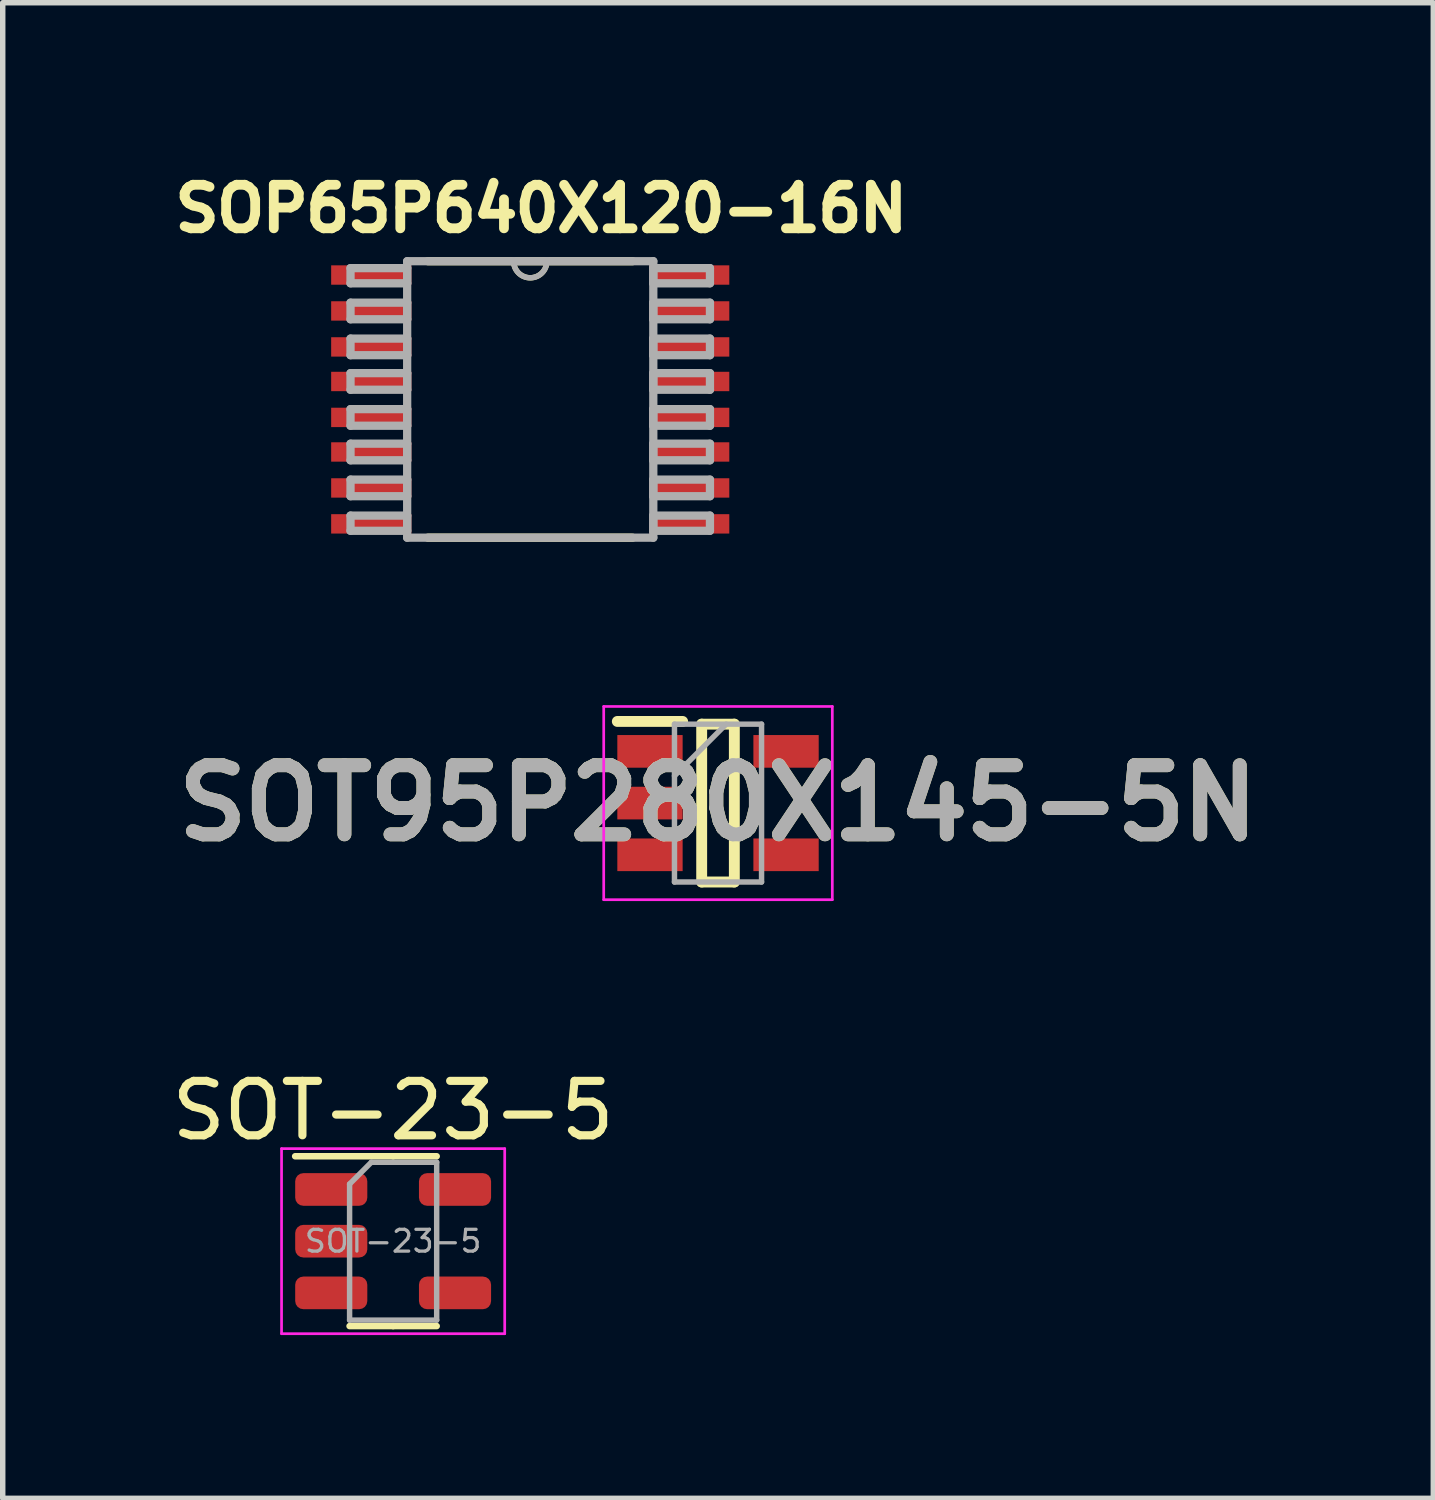
<source format=kicad_pcb>
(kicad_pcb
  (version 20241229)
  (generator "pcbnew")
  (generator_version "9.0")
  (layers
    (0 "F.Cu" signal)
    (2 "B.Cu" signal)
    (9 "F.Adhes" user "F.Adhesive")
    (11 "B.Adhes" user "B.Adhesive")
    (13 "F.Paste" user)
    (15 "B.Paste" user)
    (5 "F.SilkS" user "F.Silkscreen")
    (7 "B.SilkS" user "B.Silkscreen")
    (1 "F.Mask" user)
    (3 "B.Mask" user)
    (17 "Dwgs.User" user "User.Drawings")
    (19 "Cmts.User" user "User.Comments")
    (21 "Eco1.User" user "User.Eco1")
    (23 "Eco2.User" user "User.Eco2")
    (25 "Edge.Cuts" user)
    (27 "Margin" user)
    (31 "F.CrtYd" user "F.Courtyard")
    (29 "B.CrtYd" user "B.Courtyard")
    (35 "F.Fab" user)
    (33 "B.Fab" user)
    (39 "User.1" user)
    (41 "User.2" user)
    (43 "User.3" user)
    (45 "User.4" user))
  (footprint "SOT-23-5"
    (layer "F.Cu")
    (at 4.173 19.754)
    (property "Reference" "SOT-23-5" (at 0 -2.4 0) (layer "F.SilkS") (effects (font (size 1 1) (thickness 0.15))))
    (attr smd)
    (fp_line (start 0 -1.56) (end -1.8 -1.56) (stroke (width 0.12) (type solid)) (layer "F.SilkS"))
    (fp_line (start 0 -1.56) (end 0.8 -1.56) (stroke (width 0.12) (type solid)) (layer "F.SilkS"))
    (fp_line (start 0 1.56) (end -0.8 1.56) (stroke (width 0.12) (type solid)) (layer "F.SilkS"))
    (fp_line (start 0 1.56) (end 0.8 1.56) (stroke (width 0.12) (type solid)) (layer "F.SilkS"))
    (fp_line (start -2.05 -1.7) (end -2.05 1.7) (stroke (width 0.05) (type solid)) (layer "F.CrtYd"))
    (fp_line (start -2.05 1.7) (end 2.05 1.7) (stroke (width 0.05) (type solid)) (layer "F.CrtYd"))
    (fp_line (start 2.05 -1.7) (end -2.05 -1.7) (stroke (width 0.05) (type solid)) (layer "F.CrtYd"))
    (fp_line (start 2.05 1.7) (end 2.05 -1.7) (stroke (width 0.05) (type solid)) (layer "F.CrtYd"))
    (fp_line (start -0.8 -1.05) (end -0.4 -1.45) (stroke (width 0.1) (type solid)) (layer "F.Fab"))
    (fp_line (start -0.8 1.45) (end -0.8 -1.05) (stroke (width 0.1) (type solid)) (layer "F.Fab"))
    (fp_line (start -0.4 -1.45) (end 0.8 -1.45) (stroke (width 0.1) (type solid)) (layer "F.Fab"))
    (fp_line (start 0.8 -1.45) (end 0.8 1.45) (stroke (width 0.1) (type solid)) (layer "F.Fab"))
    (fp_line (start 0.8 1.45) (end -0.8 1.45) (stroke (width 0.1) (type solid)) (layer "F.Fab"))
    (fp_text user "${REFERENCE}" (at 0 0 0) (layer "F.Fab") (effects (font (size 0.4 0.4) (thickness 0.06))))
    (pad "1" smd roundrect (at -1.137 -0.95) (size 1.325 0.6) (layers "F.Cu" "F.Mask" "F.Paste") (roundrect_rratio 0.25))
    (pad "2" smd roundrect (at -1.137 0) (size 1.325 0.6) (layers "F.Cu" "F.Mask" "F.Paste") (roundrect_rratio 0.25))
    (pad "3" smd roundrect (at -1.137 0.95) (size 1.325 0.6) (layers "F.Cu" "F.Mask" "F.Paste") (roundrect_rratio 0.25))
    (pad "4" smd roundrect (at 1.137 0.95) (size 1.325 0.6) (layers "F.Cu" "F.Mask" "F.Paste") (roundrect_rratio 0.25))
    (pad "5" smd roundrect (at 1.137 -0.95) (size 1.325 0.6) (layers "F.Cu" "F.Mask" "F.Paste") (roundrect_rratio 0.25)))
  (footprint "SOP65P640X120-16N"
    (layer "F.Cu")
    (at 6.692 4.289)
    (property "Reference" "SOP65P640X120-16N" (at 0.203 -3.505 0) (layer "F.SilkS") (effects (font (size 0.8 0.8) (thickness 0.18))))
    (attr through_hole)
    (fp_line (start -1.88 2.54) (end 1.88 2.54) (stroke (width 0.152) (type solid)) (layer "F.SilkS"))
    (fp_line (start -0.305 -2.54) (end -1.88 -2.54) (stroke (width 0.152) (type solid)) (layer "F.SilkS"))
    (fp_line (start 0.305 -2.54) (end -0.305 -2.54) (stroke (width 0.152) (type solid)) (layer "F.SilkS"))
    (fp_line (start 1.88 -2.54) (end 0.305 -2.54) (stroke (width 0.152) (type solid)) (layer "F.SilkS"))
    (fp_arc (start 0.3048 -2.54) (mid 0 -2.2352) (end -0.3048 -2.54) (stroke (width 0.1) (type solid)) (layer "F.SilkS"))
    (fp_line (start -3.302 -2.413) (end -3.302 -2.134) (stroke (width 0.152) (type solid)) (layer "F.Fab"))
    (fp_line (start -3.302 -2.134) (end -2.261 -2.134) (stroke (width 0.152) (type solid)) (layer "F.Fab"))
    (fp_line (start -3.302 -1.778) (end -3.302 -1.473) (stroke (width 0.152) (type solid)) (layer "F.Fab"))
    (fp_line (start -3.302 -1.473) (end -2.261 -1.473) (stroke (width 0.152) (type solid)) (layer "F.Fab"))
    (fp_line (start -3.302 -1.118) (end -3.302 -0.813) (stroke (width 0.152) (type solid)) (layer "F.Fab"))
    (fp_line (start -3.302 -0.813) (end -2.261 -0.813) (stroke (width 0.152) (type solid)) (layer "F.Fab"))
    (fp_line (start -3.302 -0.483) (end -3.302 -0.178) (stroke (width 0.152) (type solid)) (layer "F.Fab"))
    (fp_line (start -3.302 -0.178) (end -2.261 -0.178) (stroke (width 0.152) (type solid)) (layer "F.Fab"))
    (fp_line (start -3.302 0.178) (end -3.302 0.483) (stroke (width 0.152) (type solid)) (layer "F.Fab"))
    (fp_line (start -3.302 0.483) (end -2.261 0.483) (stroke (width 0.152) (type solid)) (layer "F.Fab"))
    (fp_line (start -3.302 0.813) (end -3.302 1.118) (stroke (width 0.152) (type solid)) (layer "F.Fab"))
    (fp_line (start -3.302 1.118) (end -2.261 1.118) (stroke (width 0.152) (type solid)) (layer "F.Fab"))
    (fp_line (start -3.302 1.473) (end -3.302 1.778) (stroke (width 0.152) (type solid)) (layer "F.Fab"))
    (fp_line (start -3.302 1.778) (end -2.261 1.778) (stroke (width 0.152) (type solid)) (layer "F.Fab"))
    (fp_line (start -3.302 2.134) (end -3.302 2.413) (stroke (width 0.152) (type solid)) (layer "F.Fab"))
    (fp_line (start -3.302 2.413) (end -2.261 2.413) (stroke (width 0.152) (type solid)) (layer "F.Fab"))
    (fp_line (start -2.261 -2.54) (end -2.261 2.54) (stroke (width 0.152) (type solid)) (layer "F.Fab"))
    (fp_line (start -2.261 -2.413) (end -3.302 -2.413) (stroke (width 0.152) (type solid)) (layer "F.Fab"))
    (fp_line (start -2.261 -2.134) (end -2.261 -2.413) (stroke (width 0.152) (type solid)) (layer "F.Fab"))
    (fp_line (start -2.261 -1.778) (end -3.302 -1.778) (stroke (width 0.152) (type solid)) (layer "F.Fab"))
    (fp_line (start -2.261 -1.473) (end -2.261 -1.778) (stroke (width 0.152) (type solid)) (layer "F.Fab"))
    (fp_line (start -2.261 -1.118) (end -3.302 -1.118) (stroke (width 0.152) (type solid)) (layer "F.Fab"))
    (fp_line (start -2.261 -0.813) (end -2.261 -1.118) (stroke (width 0.152) (type solid)) (layer "F.Fab"))
    (fp_line (start -2.261 -0.483) (end -3.302 -0.483) (stroke (width 0.152) (type solid)) (layer "F.Fab"))
    (fp_line (start -2.261 -0.178) (end -2.261 -0.483) (stroke (width 0.152) (type solid)) (layer "F.Fab"))
    (fp_line (start -2.261 0.178) (end -3.302 0.178) (stroke (width 0.152) (type solid)) (layer "F.Fab"))
    (fp_line (start -2.261 0.483) (end -2.261 0.178) (stroke (width 0.152) (type solid)) (layer "F.Fab"))
    (fp_line (start -2.261 0.813) (end -3.302 0.813) (stroke (width 0.152) (type solid)) (layer "F.Fab"))
    (fp_line (start -2.261 1.118) (end -2.261 0.813) (stroke (width 0.152) (type solid)) (layer "F.Fab"))
    (fp_line (start -2.261 1.473) (end -3.302 1.473) (stroke (width 0.152) (type solid)) (layer "F.Fab"))
    (fp_line (start -2.261 1.778) (end -2.261 1.473) (stroke (width 0.152) (type solid)) (layer "F.Fab"))
    (fp_line (start -2.261 2.134) (end -3.302 2.134) (stroke (width 0.152) (type solid)) (layer "F.Fab"))
    (fp_line (start -2.261 2.413) (end -2.261 2.134) (stroke (width 0.152) (type solid)) (layer "F.Fab"))
    (fp_line (start -2.261 2.54) (end 2.261 2.54) (stroke (width 0.152) (type solid)) (layer "F.Fab"))
    (fp_line (start -0.305 -2.54) (end -2.261 -2.54) (stroke (width 0.152) (type solid)) (layer "F.Fab"))
    (fp_line (start 0.305 -2.54) (end -0.305 -2.54) (stroke (width 0.152) (type solid)) (layer "F.Fab"))
    (fp_line (start 2.261 -2.54) (end 0.305 -2.54) (stroke (width 0.152) (type solid)) (layer "F.Fab"))
    (fp_line (start 2.261 -2.413) (end 2.261 -2.134) (stroke (width 0.152) (type solid)) (layer "F.Fab"))
    (fp_line (start 2.261 -2.134) (end 3.302 -2.134) (stroke (width 0.152) (type solid)) (layer "F.Fab"))
    (fp_line (start 2.261 -1.778) (end 2.261 -1.473) (stroke (width 0.152) (type solid)) (layer "F.Fab"))
    (fp_line (start 2.261 -1.473) (end 3.302 -1.473) (stroke (width 0.152) (type solid)) (layer "F.Fab"))
    (fp_line (start 2.261 -1.118) (end 2.261 -0.813) (stroke (width 0.152) (type solid)) (layer "F.Fab"))
    (fp_line (start 2.261 -0.813) (end 3.302 -0.813) (stroke (width 0.152) (type solid)) (layer "F.Fab"))
    (fp_line (start 2.261 -0.483) (end 2.261 -0.178) (stroke (width 0.152) (type solid)) (layer "F.Fab"))
    (fp_line (start 2.261 -0.178) (end 3.302 -0.178) (stroke (width 0.152) (type solid)) (layer "F.Fab"))
    (fp_line (start 2.261 0.178) (end 2.261 0.483) (stroke (width 0.152) (type solid)) (layer "F.Fab"))
    (fp_line (start 2.261 0.483) (end 3.302 0.483) (stroke (width 0.152) (type solid)) (layer "F.Fab"))
    (fp_line (start 2.261 0.813) (end 2.261 1.118) (stroke (width 0.152) (type solid)) (layer "F.Fab"))
    (fp_line (start 2.261 1.118) (end 3.302 1.118) (stroke (width 0.152) (type solid)) (layer "F.Fab"))
    (fp_line (start 2.261 1.473) (end 2.261 1.778) (stroke (width 0.152) (type solid)) (layer "F.Fab"))
    (fp_line (start 2.261 1.778) (end 3.302 1.778) (stroke (width 0.152) (type solid)) (layer "F.Fab"))
    (fp_line (start 2.261 2.134) (end 2.261 2.413) (stroke (width 0.152) (type solid)) (layer "F.Fab"))
    (fp_line (start 2.261 2.413) (end 3.302 2.413) (stroke (width 0.152) (type solid)) (layer "F.Fab"))
    (fp_line (start 2.261 2.54) (end 2.261 -2.54) (stroke (width 0.152) (type solid)) (layer "F.Fab"))
    (fp_line (start 3.302 -2.413) (end 2.261 -2.413) (stroke (width 0.152) (type solid)) (layer "F.Fab"))
    (fp_line (start 3.302 -2.134) (end 3.302 -2.413) (stroke (width 0.152) (type solid)) (layer "F.Fab"))
    (fp_line (start 3.302 -1.778) (end 2.261 -1.778) (stroke (width 0.152) (type solid)) (layer "F.Fab"))
    (fp_line (start 3.302 -1.473) (end 3.302 -1.778) (stroke (width 0.152) (type solid)) (layer "F.Fab"))
    (fp_line (start 3.302 -1.118) (end 2.261 -1.118) (stroke (width 0.152) (type solid)) (layer "F.Fab"))
    (fp_line (start 3.302 -0.813) (end 3.302 -1.118) (stroke (width 0.152) (type solid)) (layer "F.Fab"))
    (fp_line (start 3.302 -0.483) (end 2.261 -0.483) (stroke (width 0.152) (type solid)) (layer "F.Fab"))
    (fp_line (start 3.302 -0.178) (end 3.302 -0.483) (stroke (width 0.152) (type solid)) (layer "F.Fab"))
    (fp_line (start 3.302 0.178) (end 2.261 0.178) (stroke (width 0.152) (type solid)) (layer "F.Fab"))
    (fp_line (start 3.302 0.483) (end 3.302 0.178) (stroke (width 0.152) (type solid)) (layer "F.Fab"))
    (fp_line (start 3.302 0.813) (end 2.261 0.813) (stroke (width 0.152) (type solid)) (layer "F.Fab"))
    (fp_line (start 3.302 1.118) (end 3.302 0.813) (stroke (width 0.152) (type solid)) (layer "F.Fab"))
    (fp_line (start 3.302 1.473) (end 2.261 1.473) (stroke (width 0.152) (type solid)) (layer "F.Fab"))
    (fp_line (start 3.302 1.778) (end 3.302 1.473) (stroke (width 0.152) (type solid)) (layer "F.Fab"))
    (fp_line (start 3.302 2.134) (end 2.261 2.134) (stroke (width 0.152) (type solid)) (layer "F.Fab"))
    (fp_line (start 3.302 2.413) (end 3.302 2.134) (stroke (width 0.152) (type solid)) (layer "F.Fab"))
    (fp_arc (start 0.3048 -2.54) (mid 0 -2.2352) (end -0.3048 -2.54) (stroke (width 0.1) (type solid)) (layer "F.Fab"))
    (pad "1" smd rect (at -2.921 -2.286) (size 1.473 0.356) (layers "F.Cu" "F.Mask" "F.Paste"))
    (pad "2" smd rect (at -2.921 -1.626) (size 1.473 0.356) (layers "F.Cu" "F.Mask" "F.Paste"))
    (pad "3" smd rect (at -2.921 -0.965) (size 1.473 0.356) (layers "F.Cu" "F.Mask" "F.Paste"))
    (pad "4" smd rect (at -2.921 -0.33) (size 1.473 0.356) (layers "F.Cu" "F.Mask" "F.Paste"))
    (pad "5" smd rect (at -2.921 0.33) (size 1.473 0.356) (layers "F.Cu" "F.Mask" "F.Paste"))
    (pad "6" smd rect (at -2.921 0.965) (size 1.473 0.356) (layers "F.Cu" "F.Mask" "F.Paste"))
    (pad "7" smd rect (at -2.921 1.626) (size 1.473 0.356) (layers "F.Cu" "F.Mask" "F.Paste"))
    (pad "8" smd rect (at -2.921 2.286) (size 1.473 0.356) (layers "F.Cu" "F.Mask" "F.Paste"))
    (pad "9" smd rect (at 2.921 2.286) (size 1.473 0.356) (layers "F.Cu" "F.Mask" "F.Paste"))
    (pad "10" smd rect (at 2.921 1.626) (size 1.473 0.356) (layers "F.Cu" "F.Mask" "F.Paste"))
    (pad "11" smd rect (at 2.921 0.965) (size 1.473 0.356) (layers "F.Cu" "F.Mask" "F.Paste"))
    (pad "12" smd rect (at 2.921 0.33) (size 1.473 0.356) (layers "F.Cu" "F.Mask" "F.Paste"))
    (pad "13" smd rect (at 2.921 -0.33) (size 1.473 0.356) (layers "F.Cu" "F.Mask" "F.Paste"))
    (pad "14" smd rect (at 2.921 -0.965) (size 1.473 0.356) (layers "F.Cu" "F.Mask" "F.Paste"))
    (pad "15" smd rect (at 2.921 -1.626) (size 1.473 0.356) (layers "F.Cu" "F.Mask" "F.Paste"))
    (pad "16" smd rect (at 2.921 -2.286) (size 1.473 0.356) (layers "F.Cu" "F.Mask" "F.Paste")))
  (footprint "SOT95P280X145-5N"
    (layer "F.Cu")
    (at 10.142 11.705)
    (property "Reference" "SOT95P280X145-5N" (at 0 0 0) (layer "F.SilkS") (effects (font (size 1.27 1.27) (thickness 0.254))))
    (attr smd)
    (fp_line (start -1.85 -1.5) (end -0.65 -1.5) (stroke (width 0.2) (type solid)) (layer "F.SilkS"))
    (fp_line (start -0.3 -1.45) (end 0.3 -1.45) (stroke (width 0.2) (type solid)) (layer "F.SilkS"))
    (fp_line (start -0.3 1.45) (end -0.3 -1.45) (stroke (width 0.2) (type solid)) (layer "F.SilkS"))
    (fp_line (start 0.3 -1.45) (end 0.3 1.45) (stroke (width 0.2) (type solid)) (layer "F.SilkS"))
    (fp_line (start 0.3 1.45) (end -0.3 1.45) (stroke (width 0.2) (type solid)) (layer "F.SilkS"))
    (fp_line (start -2.1 -1.775) (end 2.1 -1.775) (stroke (width 0.05) (type solid)) (layer "F.CrtYd"))
    (fp_line (start -2.1 1.775) (end -2.1 -1.775) (stroke (width 0.05) (type solid)) (layer "F.CrtYd"))
    (fp_line (start 2.1 -1.775) (end 2.1 1.775) (stroke (width 0.05) (type solid)) (layer "F.CrtYd"))
    (fp_line (start 2.1 1.775) (end -2.1 1.775) (stroke (width 0.05) (type solid)) (layer "F.CrtYd"))
    (fp_line (start -0.8 -1.45) (end 0.8 -1.45) (stroke (width 0.1) (type solid)) (layer "F.Fab"))
    (fp_line (start -0.8 -0.5) (end 0.15 -1.45) (stroke (width 0.1) (type solid)) (layer "F.Fab"))
    (fp_line (start -0.8 1.45) (end -0.8 -1.45) (stroke (width 0.1) (type solid)) (layer "F.Fab"))
    (fp_line (start 0.8 -1.45) (end 0.8 1.45) (stroke (width 0.1) (type solid)) (layer "F.Fab"))
    (fp_line (start 0.8 1.45) (end -0.8 1.45) (stroke (width 0.1) (type solid)) (layer "F.Fab"))
    (fp_text user "${REFERENCE}" (at 0 0 0) (layer "F.Fab") (effects (font (size 1.27 1.27) (thickness 0.254))))
    (pad "1" smd rect (at -1.25 -0.95 90) (size 0.6 1.2) (layers "F.Cu" "F.Mask" "F.Paste"))
    (pad "2" smd rect (at -1.25 0 90) (size 0.6 1.2) (layers "F.Cu" "F.Mask" "F.Paste"))
    (pad "3" smd rect (at -1.25 0.95 90) (size 0.6 1.2) (layers "F.Cu" "F.Mask" "F.Paste"))
    (pad "4" smd rect (at 1.25 0.95 90) (size 0.6 1.2) (layers "F.Cu" "F.Mask" "F.Paste"))
    (pad "5" smd rect (at 1.25 -0.95 90) (size 0.6 1.2) (layers "F.Cu" "F.Mask" "F.Paste")))
  (gr_rect
    (start -3 -3)
    (end 23.284 24.479)
    (stroke (width 0.1) (type default))
    (fill no)
    (layer "Edge.Cuts")))
</source>
